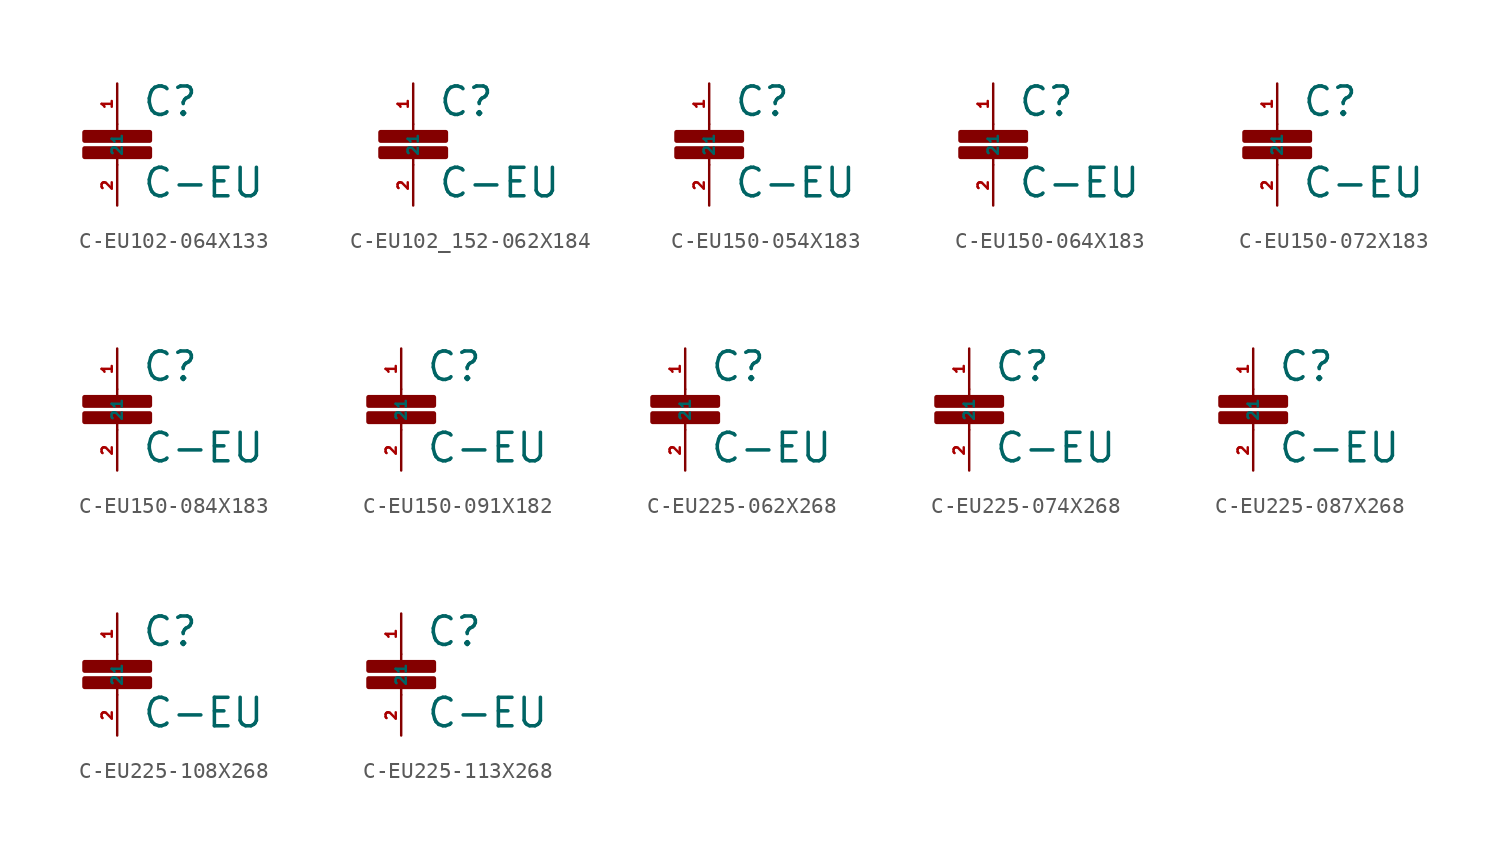
<source format=kicad_sym>
(kicad_symbol_lib
  (version 20220914)
  (generator Eagle2Kicad)
  (symbol "C-EU102-064X133"
    (property "Reference" "C"
      (at 1.524 0.381 0)
      (effects (font (size 1.778 1.778) (thickness 0.22)) (justify left bottom)))
    (property "Value" "C-EU"
      (at 1.524 -4.699 0)
      (effects (font (size 1.778 1.778) (thickness 0.22)) (justify left bottom)))
    (polyline
      (pts (xy 0 0) (xy 0 -0.508))
      (stroke (width 0.152) (type default))
      (fill (type none)))
    (polyline
      (pts (xy 0 -2.54) (xy 0 -2.032))
      (stroke (width 0.152) (type default))
      (fill (type none)))
    (rectangle
      (start -2.032 -2.032)
      (end 2.032 -1.524)
      (stroke (width 0.3) (type default))
      (fill (type outline)))
    (rectangle
      (start -2.032 -1.016)
      (end 2.032 -0.508)
      (stroke (width 0.3) (type default))
      (fill (type outline)))
    (pin passive line
      (at 0 2.54 270)
      (length 2.54)
      (name "1" (effects (font (size 0.635 0.635) (thickness 0.08)) (justify left bottom)))
      (number "1" (effects (font (size 0.635 0.635) (thickness 0.08)) (justify left bottom))))
    (pin passive line
      (at 0 -5.08 90)
      (length 2.54)
      (name "2" (effects (font (size 0.635 0.635) (thickness 0.08)) (justify left bottom)))
      (number "2" (effects (font (size 0.635 0.635) (thickness 0.08)) (justify left bottom)))))
  (symbol "C-EU102_152-062X184"
    (property "Reference" "C"
      (at 1.524 0.381 0)
      (effects (font (size 1.778 1.778) (thickness 0.22)) (justify left bottom)))
    (property "Value" "C-EU"
      (at 1.524 -4.699 0)
      (effects (font (size 1.778 1.778) (thickness 0.22)) (justify left bottom)))
    (polyline
      (pts (xy 0 0) (xy 0 -0.508))
      (stroke (width 0.152) (type default))
      (fill (type none)))
    (polyline
      (pts (xy 0 -2.54) (xy 0 -2.032))
      (stroke (width 0.152) (type default))
      (fill (type none)))
    (rectangle
      (start -2.032 -2.032)
      (end 2.032 -1.524)
      (stroke (width 0.3) (type default))
      (fill (type outline)))
    (rectangle
      (start -2.032 -1.016)
      (end 2.032 -0.508)
      (stroke (width 0.3) (type default))
      (fill (type outline)))
    (pin passive line
      (at 0 2.54 270)
      (length 2.54)
      (name "1" (effects (font (size 0.635 0.635) (thickness 0.08)) (justify left bottom)))
      (number "1" (effects (font (size 0.635 0.635) (thickness 0.08)) (justify left bottom))))
    (pin passive line
      (at 0 -5.08 90)
      (length 2.54)
      (name "2" (effects (font (size 0.635 0.635) (thickness 0.08)) (justify left bottom)))
      (number "2" (effects (font (size 0.635 0.635) (thickness 0.08)) (justify left bottom)))))
  (symbol "C-EU150-054X183"
    (property "Reference" "C"
      (at 1.524 0.381 0)
      (effects (font (size 1.778 1.778) (thickness 0.22)) (justify left bottom)))
    (property "Value" "C-EU"
      (at 1.524 -4.699 0)
      (effects (font (size 1.778 1.778) (thickness 0.22)) (justify left bottom)))
    (polyline
      (pts (xy 0 0) (xy 0 -0.508))
      (stroke (width 0.152) (type default))
      (fill (type none)))
    (polyline
      (pts (xy 0 -2.54) (xy 0 -2.032))
      (stroke (width 0.152) (type default))
      (fill (type none)))
    (rectangle
      (start -2.032 -2.032)
      (end 2.032 -1.524)
      (stroke (width 0.3) (type default))
      (fill (type outline)))
    (rectangle
      (start -2.032 -1.016)
      (end 2.032 -0.508)
      (stroke (width 0.3) (type default))
      (fill (type outline)))
    (pin passive line
      (at 0 2.54 270)
      (length 2.54)
      (name "1" (effects (font (size 0.635 0.635) (thickness 0.08)) (justify left bottom)))
      (number "1" (effects (font (size 0.635 0.635) (thickness 0.08)) (justify left bottom))))
    (pin passive line
      (at 0 -5.08 90)
      (length 2.54)
      (name "2" (effects (font (size 0.635 0.635) (thickness 0.08)) (justify left bottom)))
      (number "2" (effects (font (size 0.635 0.635) (thickness 0.08)) (justify left bottom)))))
  (symbol "C-EU150-064X183"
    (property "Reference" "C"
      (at 1.524 0.381 0)
      (effects (font (size 1.778 1.778) (thickness 0.22)) (justify left bottom)))
    (property "Value" "C-EU"
      (at 1.524 -4.699 0)
      (effects (font (size 1.778 1.778) (thickness 0.22)) (justify left bottom)))
    (polyline
      (pts (xy 0 0) (xy 0 -0.508))
      (stroke (width 0.152) (type default))
      (fill (type none)))
    (polyline
      (pts (xy 0 -2.54) (xy 0 -2.032))
      (stroke (width 0.152) (type default))
      (fill (type none)))
    (rectangle
      (start -2.032 -2.032)
      (end 2.032 -1.524)
      (stroke (width 0.3) (type default))
      (fill (type outline)))
    (rectangle
      (start -2.032 -1.016)
      (end 2.032 -0.508)
      (stroke (width 0.3) (type default))
      (fill (type outline)))
    (pin passive line
      (at 0 2.54 270)
      (length 2.54)
      (name "1" (effects (font (size 0.635 0.635) (thickness 0.08)) (justify left bottom)))
      (number "1" (effects (font (size 0.635 0.635) (thickness 0.08)) (justify left bottom))))
    (pin passive line
      (at 0 -5.08 90)
      (length 2.54)
      (name "2" (effects (font (size 0.635 0.635) (thickness 0.08)) (justify left bottom)))
      (number "2" (effects (font (size 0.635 0.635) (thickness 0.08)) (justify left bottom)))))
  (symbol "C-EU150-072X183"
    (property "Reference" "C"
      (at 1.524 0.381 0)
      (effects (font (size 1.778 1.778) (thickness 0.22)) (justify left bottom)))
    (property "Value" "C-EU"
      (at 1.524 -4.699 0)
      (effects (font (size 1.778 1.778) (thickness 0.22)) (justify left bottom)))
    (polyline
      (pts (xy 0 0) (xy 0 -0.508))
      (stroke (width 0.152) (type default))
      (fill (type none)))
    (polyline
      (pts (xy 0 -2.54) (xy 0 -2.032))
      (stroke (width 0.152) (type default))
      (fill (type none)))
    (rectangle
      (start -2.032 -2.032)
      (end 2.032 -1.524)
      (stroke (width 0.3) (type default))
      (fill (type outline)))
    (rectangle
      (start -2.032 -1.016)
      (end 2.032 -0.508)
      (stroke (width 0.3) (type default))
      (fill (type outline)))
    (pin passive line
      (at 0 2.54 270)
      (length 2.54)
      (name "1" (effects (font (size 0.635 0.635) (thickness 0.08)) (justify left bottom)))
      (number "1" (effects (font (size 0.635 0.635) (thickness 0.08)) (justify left bottom))))
    (pin passive line
      (at 0 -5.08 90)
      (length 2.54)
      (name "2" (effects (font (size 0.635 0.635) (thickness 0.08)) (justify left bottom)))
      (number "2" (effects (font (size 0.635 0.635) (thickness 0.08)) (justify left bottom)))))
  (symbol "C-EU150-084X183"
    (property "Reference" "C"
      (at 1.524 0.381 0)
      (effects (font (size 1.778 1.778) (thickness 0.22)) (justify left bottom)))
    (property "Value" "C-EU"
      (at 1.524 -4.699 0)
      (effects (font (size 1.778 1.778) (thickness 0.22)) (justify left bottom)))
    (polyline
      (pts (xy 0 0) (xy 0 -0.508))
      (stroke (width 0.152) (type default))
      (fill (type none)))
    (polyline
      (pts (xy 0 -2.54) (xy 0 -2.032))
      (stroke (width 0.152) (type default))
      (fill (type none)))
    (rectangle
      (start -2.032 -2.032)
      (end 2.032 -1.524)
      (stroke (width 0.3) (type default))
      (fill (type outline)))
    (rectangle
      (start -2.032 -1.016)
      (end 2.032 -0.508)
      (stroke (width 0.3) (type default))
      (fill (type outline)))
    (pin passive line
      (at 0 2.54 270)
      (length 2.54)
      (name "1" (effects (font (size 0.635 0.635) (thickness 0.08)) (justify left bottom)))
      (number "1" (effects (font (size 0.635 0.635) (thickness 0.08)) (justify left bottom))))
    (pin passive line
      (at 0 -5.08 90)
      (length 2.54)
      (name "2" (effects (font (size 0.635 0.635) (thickness 0.08)) (justify left bottom)))
      (number "2" (effects (font (size 0.635 0.635) (thickness 0.08)) (justify left bottom)))))
  (symbol "C-EU150-091X182"
    (property "Reference" "C"
      (at 1.524 0.381 0)
      (effects (font (size 1.778 1.778) (thickness 0.22)) (justify left bottom)))
    (property "Value" "C-EU"
      (at 1.524 -4.699 0)
      (effects (font (size 1.778 1.778) (thickness 0.22)) (justify left bottom)))
    (polyline
      (pts (xy 0 0) (xy 0 -0.508))
      (stroke (width 0.152) (type default))
      (fill (type none)))
    (polyline
      (pts (xy 0 -2.54) (xy 0 -2.032))
      (stroke (width 0.152) (type default))
      (fill (type none)))
    (rectangle
      (start -2.032 -2.032)
      (end 2.032 -1.524)
      (stroke (width 0.3) (type default))
      (fill (type outline)))
    (rectangle
      (start -2.032 -1.016)
      (end 2.032 -0.508)
      (stroke (width 0.3) (type default))
      (fill (type outline)))
    (pin passive line
      (at 0 2.54 270)
      (length 2.54)
      (name "1" (effects (font (size 0.635 0.635) (thickness 0.08)) (justify left bottom)))
      (number "1" (effects (font (size 0.635 0.635) (thickness 0.08)) (justify left bottom))))
    (pin passive line
      (at 0 -5.08 90)
      (length 2.54)
      (name "2" (effects (font (size 0.635 0.635) (thickness 0.08)) (justify left bottom)))
      (number "2" (effects (font (size 0.635 0.635) (thickness 0.08)) (justify left bottom)))))
  (symbol "C-EU225-062X268"
    (property "Reference" "C"
      (at 1.524 0.381 0)
      (effects (font (size 1.778 1.778) (thickness 0.22)) (justify left bottom)))
    (property "Value" "C-EU"
      (at 1.524 -4.699 0)
      (effects (font (size 1.778 1.778) (thickness 0.22)) (justify left bottom)))
    (polyline
      (pts (xy 0 0) (xy 0 -0.508))
      (stroke (width 0.152) (type default))
      (fill (type none)))
    (polyline
      (pts (xy 0 -2.54) (xy 0 -2.032))
      (stroke (width 0.152) (type default))
      (fill (type none)))
    (rectangle
      (start -2.032 -2.032)
      (end 2.032 -1.524)
      (stroke (width 0.3) (type default))
      (fill (type outline)))
    (rectangle
      (start -2.032 -1.016)
      (end 2.032 -0.508)
      (stroke (width 0.3) (type default))
      (fill (type outline)))
    (pin passive line
      (at 0 2.54 270)
      (length 2.54)
      (name "1" (effects (font (size 0.635 0.635) (thickness 0.08)) (justify left bottom)))
      (number "1" (effects (font (size 0.635 0.635) (thickness 0.08)) (justify left bottom))))
    (pin passive line
      (at 0 -5.08 90)
      (length 2.54)
      (name "2" (effects (font (size 0.635 0.635) (thickness 0.08)) (justify left bottom)))
      (number "2" (effects (font (size 0.635 0.635) (thickness 0.08)) (justify left bottom)))))
  (symbol "C-EU225-074X268"
    (property "Reference" "C"
      (at 1.524 0.381 0)
      (effects (font (size 1.778 1.778) (thickness 0.22)) (justify left bottom)))
    (property "Value" "C-EU"
      (at 1.524 -4.699 0)
      (effects (font (size 1.778 1.778) (thickness 0.22)) (justify left bottom)))
    (polyline
      (pts (xy 0 0) (xy 0 -0.508))
      (stroke (width 0.152) (type default))
      (fill (type none)))
    (polyline
      (pts (xy 0 -2.54) (xy 0 -2.032))
      (stroke (width 0.152) (type default))
      (fill (type none)))
    (rectangle
      (start -2.032 -2.032)
      (end 2.032 -1.524)
      (stroke (width 0.3) (type default))
      (fill (type outline)))
    (rectangle
      (start -2.032 -1.016)
      (end 2.032 -0.508)
      (stroke (width 0.3) (type default))
      (fill (type outline)))
    (pin passive line
      (at 0 2.54 270)
      (length 2.54)
      (name "1" (effects (font (size 0.635 0.635) (thickness 0.08)) (justify left bottom)))
      (number "1" (effects (font (size 0.635 0.635) (thickness 0.08)) (justify left bottom))))
    (pin passive line
      (at 0 -5.08 90)
      (length 2.54)
      (name "2" (effects (font (size 0.635 0.635) (thickness 0.08)) (justify left bottom)))
      (number "2" (effects (font (size 0.635 0.635) (thickness 0.08)) (justify left bottom)))))
  (symbol "C-EU225-087X268"
    (property "Reference" "C"
      (at 1.524 0.381 0)
      (effects (font (size 1.778 1.778) (thickness 0.22)) (justify left bottom)))
    (property "Value" "C-EU"
      (at 1.524 -4.699 0)
      (effects (font (size 1.778 1.778) (thickness 0.22)) (justify left bottom)))
    (polyline
      (pts (xy 0 0) (xy 0 -0.508))
      (stroke (width 0.152) (type default))
      (fill (type none)))
    (polyline
      (pts (xy 0 -2.54) (xy 0 -2.032))
      (stroke (width 0.152) (type default))
      (fill (type none)))
    (rectangle
      (start -2.032 -2.032)
      (end 2.032 -1.524)
      (stroke (width 0.3) (type default))
      (fill (type outline)))
    (rectangle
      (start -2.032 -1.016)
      (end 2.032 -0.508)
      (stroke (width 0.3) (type default))
      (fill (type outline)))
    (pin passive line
      (at 0 2.54 270)
      (length 2.54)
      (name "1" (effects (font (size 0.635 0.635) (thickness 0.08)) (justify left bottom)))
      (number "1" (effects (font (size 0.635 0.635) (thickness 0.08)) (justify left bottom))))
    (pin passive line
      (at 0 -5.08 90)
      (length 2.54)
      (name "2" (effects (font (size 0.635 0.635) (thickness 0.08)) (justify left bottom)))
      (number "2" (effects (font (size 0.635 0.635) (thickness 0.08)) (justify left bottom)))))
  (symbol "C-EU225-108X268"
    (property "Reference" "C"
      (at 1.524 0.381 0)
      (effects (font (size 1.778 1.778) (thickness 0.22)) (justify left bottom)))
    (property "Value" "C-EU"
      (at 1.524 -4.699 0)
      (effects (font (size 1.778 1.778) (thickness 0.22)) (justify left bottom)))
    (polyline
      (pts (xy 0 0) (xy 0 -0.508))
      (stroke (width 0.152) (type default))
      (fill (type none)))
    (polyline
      (pts (xy 0 -2.54) (xy 0 -2.032))
      (stroke (width 0.152) (type default))
      (fill (type none)))
    (rectangle
      (start -2.032 -2.032)
      (end 2.032 -1.524)
      (stroke (width 0.3) (type default))
      (fill (type outline)))
    (rectangle
      (start -2.032 -1.016)
      (end 2.032 -0.508)
      (stroke (width 0.3) (type default))
      (fill (type outline)))
    (pin passive line
      (at 0 2.54 270)
      (length 2.54)
      (name "1" (effects (font (size 0.635 0.635) (thickness 0.08)) (justify left bottom)))
      (number "1" (effects (font (size 0.635 0.635) (thickness 0.08)) (justify left bottom))))
    (pin passive line
      (at 0 -5.08 90)
      (length 2.54)
      (name "2" (effects (font (size 0.635 0.635) (thickness 0.08)) (justify left bottom)))
      (number "2" (effects (font (size 0.635 0.635) (thickness 0.08)) (justify left bottom)))))
  (symbol "C-EU225-113X268"
    (property "Reference" "C"
      (at 1.524 0.381 0)
      (effects (font (size 1.778 1.778) (thickness 0.22)) (justify left bottom)))
    (property "Value" "C-EU"
      (at 1.524 -4.699 0)
      (effects (font (size 1.778 1.778) (thickness 0.22)) (justify left bottom)))
    (polyline
      (pts (xy 0 0) (xy 0 -0.508))
      (stroke (width 0.152) (type default))
      (fill (type none)))
    (polyline
      (pts (xy 0 -2.54) (xy 0 -2.032))
      (stroke (width 0.152) (type default))
      (fill (type none)))
    (rectangle
      (start -2.032 -2.032)
      (end 2.032 -1.524)
      (stroke (width 0.3) (type default))
      (fill (type outline)))
    (rectangle
      (start -2.032 -1.016)
      (end 2.032 -0.508)
      (stroke (width 0.3) (type default))
      (fill (type outline)))
    (pin passive line
      (at 0 2.54 270)
      (length 2.54)
      (name "1" (effects (font (size 0.635 0.635) (thickness 0.08)) (justify left bottom)))
      (number "1" (effects (font (size 0.635 0.635) (thickness 0.08)) (justify left bottom))))
    (pin passive line
      (at 0 -5.08 90)
      (length 2.54)
      (name "2" (effects (font (size 0.635 0.635) (thickness 0.08)) (justify left bottom)))
      (number "2" (effects (font (size 0.635 0.635) (thickness 0.08)) (justify left bottom))))))
</source>
